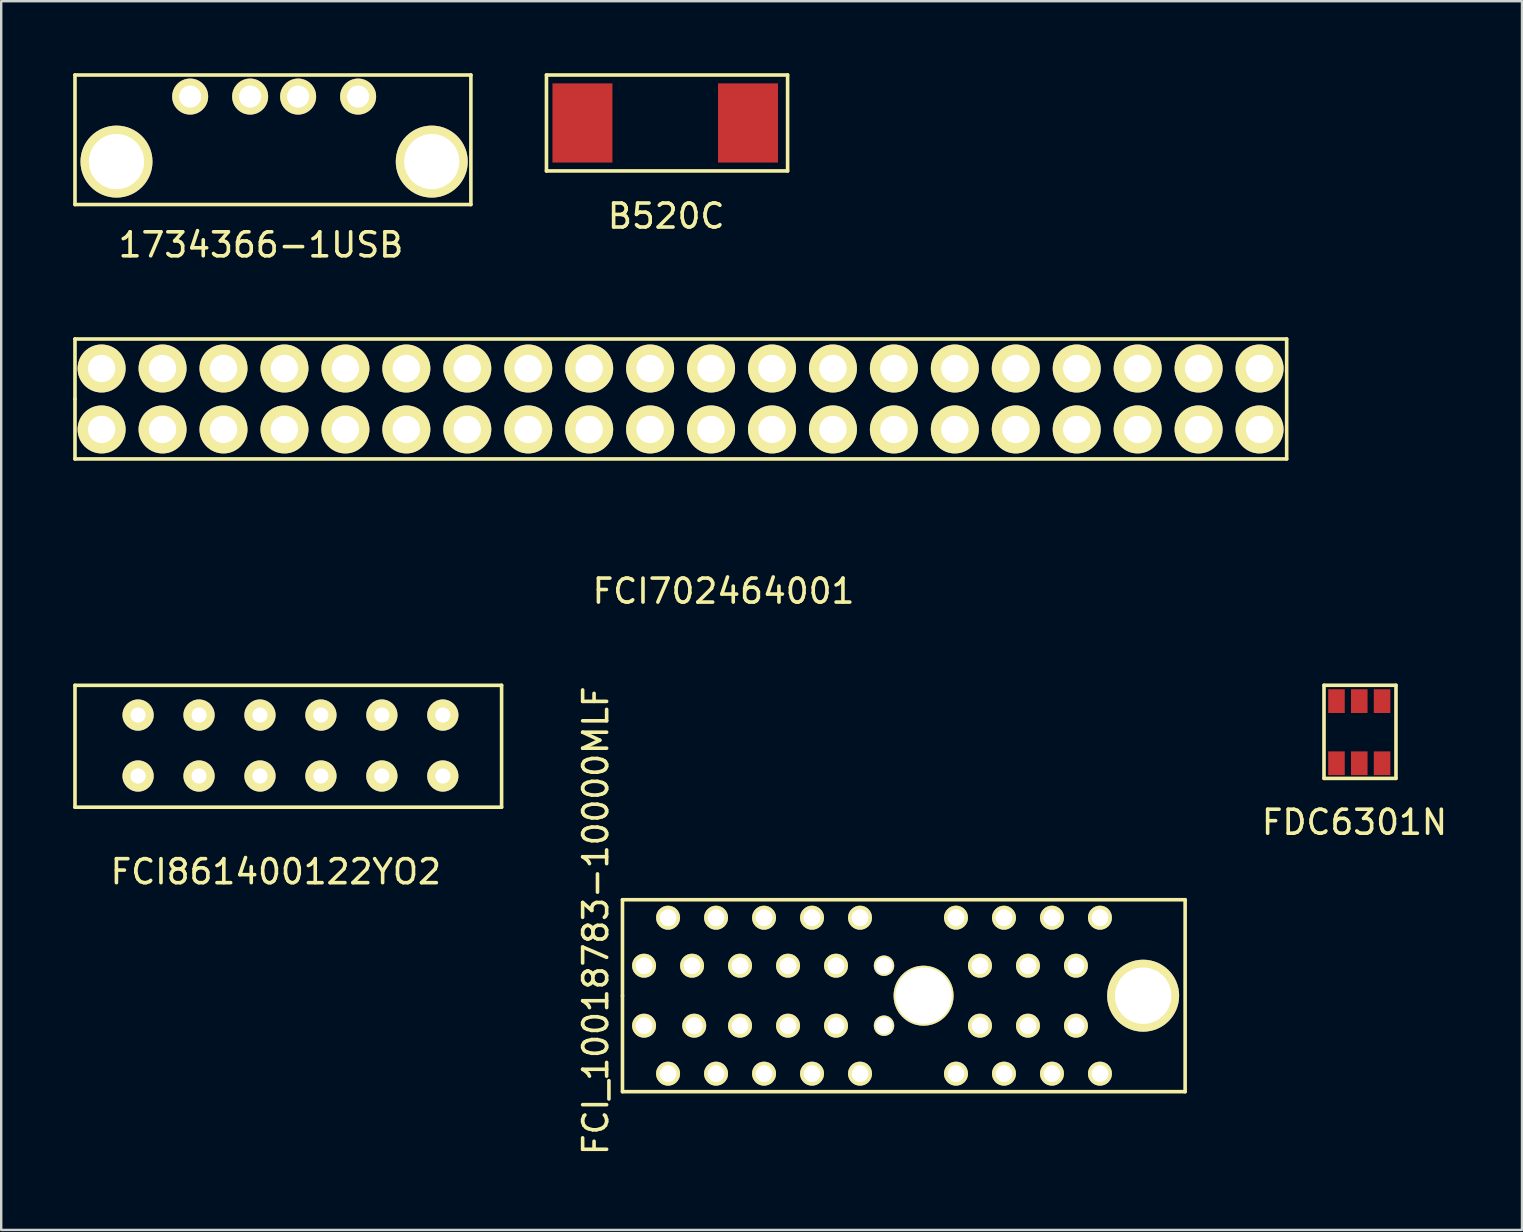
<source format=kicad_pcb>
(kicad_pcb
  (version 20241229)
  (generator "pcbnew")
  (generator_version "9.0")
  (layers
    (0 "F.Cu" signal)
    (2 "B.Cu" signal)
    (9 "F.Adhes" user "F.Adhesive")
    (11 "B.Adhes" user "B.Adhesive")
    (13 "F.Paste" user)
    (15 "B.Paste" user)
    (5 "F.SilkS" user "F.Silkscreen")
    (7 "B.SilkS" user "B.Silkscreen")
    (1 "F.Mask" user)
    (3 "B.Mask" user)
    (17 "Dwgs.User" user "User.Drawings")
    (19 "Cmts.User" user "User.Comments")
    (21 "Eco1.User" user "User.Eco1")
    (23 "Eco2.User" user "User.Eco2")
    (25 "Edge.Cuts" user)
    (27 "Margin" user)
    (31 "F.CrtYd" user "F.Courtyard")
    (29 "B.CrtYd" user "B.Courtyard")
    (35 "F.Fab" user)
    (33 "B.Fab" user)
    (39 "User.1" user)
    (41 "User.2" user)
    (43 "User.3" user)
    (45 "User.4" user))
  (footprint "FCI702464001"
    (layer "F.Cu")
    (at 25.375 13.578)
    (property "Reference" "FCI702464001" (at 1.73 8.01 0) (layer "F.SilkS") (effects (font (size 1 1) (thickness 0.15))))
    (attr through_hole)
    (fp_line (start -25.3 -2.5) (end 25.2 -2.5) (stroke (width 0.15) (type solid)) (layer "F.SilkS"))
    (fp_line (start -25.3 0) (end -25.3 -2.5) (stroke (width 0.15) (type solid)) (layer "F.SilkS"))
    (fp_line (start -25.3 0) (end -25.3 2.5) (stroke (width 0.15) (type solid)) (layer "F.SilkS"))
    (fp_line (start -25.3 2.5) (end 25.2 2.5) (stroke (width 0.15) (type solid)) (layer "F.SilkS"))
    (fp_line (start 25.2 2.5) (end 25.2 -2.5) (stroke (width 0.15) (type solid)) (layer "F.SilkS"))
    (pad "1" thru_hole circle (at -24.19 1.27) (size 2 2) (drill 1.14) (layers "*.Cu" "*.Mask" "F.SilkS"))
    (pad "2" thru_hole circle (at -21.65 1.27) (size 2 2) (drill 1.14) (layers "*.Cu" "*.Mask" "F.SilkS"))
    (pad "3" thru_hole circle (at -19.11 1.27) (size 2 2) (drill 1.14) (layers "*.Cu" "*.Mask" "F.SilkS"))
    (pad "4" thru_hole circle (at -16.57 1.27) (size 2 2) (drill 1.14) (layers "*.Cu" "*.Mask" "F.SilkS"))
    (pad "5" thru_hole circle (at -14.03 1.27) (size 2 2) (drill 1.14) (layers "*.Cu" "*.Mask" "F.SilkS"))
    (pad "6" thru_hole circle (at -11.49 1.27) (size 2 2) (drill 1.14) (layers "*.Cu" "*.Mask" "F.SilkS"))
    (pad "7" thru_hole circle (at -8.95 1.27) (size 2 2) (drill 1.14) (layers "*.Cu" "*.Mask" "F.SilkS"))
    (pad "8" thru_hole circle (at -6.41 1.27) (size 2 2) (drill 1.14) (layers "*.Cu" "*.Mask" "F.SilkS"))
    (pad "9" thru_hole circle (at -3.87 1.27) (size 2 2) (drill 1.14) (layers "*.Cu" "*.Mask" "F.SilkS"))
    (pad "10" thru_hole circle (at -1.33 1.27) (size 2 2) (drill 1.14) (layers "*.Cu" "*.Mask" "F.SilkS"))
    (pad "11" thru_hole circle (at 1.21 1.27) (size 2 2) (drill 1.14) (layers "*.Cu" "*.Mask" "F.SilkS"))
    (pad "12" thru_hole circle (at 3.75 1.27) (size 2 2) (drill 1.14) (layers "*.Cu" "*.Mask" "F.SilkS"))
    (pad "13" thru_hole circle (at 6.29 1.27) (size 2 2) (drill 1.14) (layers "*.Cu" "*.Mask" "F.SilkS"))
    (pad "14" thru_hole circle (at 8.83 1.27) (size 2 2) (drill 1.14) (layers "*.Cu" "*.Mask" "F.SilkS"))
    (pad "15" thru_hole circle (at 11.37 1.27) (size 2 2) (drill 1.14) (layers "*.Cu" "*.Mask" "F.SilkS"))
    (pad "16" thru_hole circle (at 13.91 1.27) (size 2 2) (drill 1.14) (layers "*.Cu" "*.Mask" "F.SilkS"))
    (pad "17" thru_hole circle (at 16.45 1.27) (size 2 2) (drill 1.14) (layers "*.Cu" "*.Mask" "F.SilkS"))
    (pad "18" thru_hole circle (at 18.99 1.27) (size 2 2) (drill 1.14) (layers "*.Cu" "*.Mask" "F.SilkS"))
    (pad "19" thru_hole circle (at 21.53 1.27) (size 2 2) (drill 1.14) (layers "*.Cu" "*.Mask" "F.SilkS"))
    (pad "20" thru_hole circle (at 24.07 1.27) (size 2 2) (drill 1.14) (layers "*.Cu" "*.Mask" "F.SilkS"))
    (pad "21" thru_hole circle (at -24.19 -1.27) (size 2 2) (drill 1.14) (layers "*.Cu" "*.Mask" "F.SilkS"))
    (pad "22" thru_hole circle (at -21.65 -1.27) (size 2 2) (drill 1.14) (layers "*.Cu" "*.Mask" "F.SilkS"))
    (pad "23" thru_hole circle (at -19.11 -1.27) (size 2 2) (drill 1.14) (layers "*.Cu" "*.Mask" "F.SilkS"))
    (pad "24" thru_hole circle (at -16.57 -1.27) (size 2 2) (drill 1.14) (layers "*.Cu" "*.Mask" "F.SilkS"))
    (pad "25" thru_hole circle (at -14.03 -1.27) (size 2 2) (drill 1.14) (layers "*.Cu" "*.Mask" "F.SilkS"))
    (pad "26" thru_hole circle (at -11.49 -1.27) (size 2 2) (drill 1.14) (layers "*.Cu" "*.Mask" "F.SilkS"))
    (pad "27" thru_hole circle (at -8.95 -1.27) (size 2 2) (drill 1.14) (layers "*.Cu" "*.Mask" "F.SilkS"))
    (pad "28" thru_hole circle (at -6.41 -1.27) (size 2 2) (drill 1.14) (layers "*.Cu" "*.Mask" "F.SilkS"))
    (pad "29" thru_hole circle (at -3.87 -1.27) (size 2 2) (drill 1.14) (layers "*.Cu" "*.Mask" "F.SilkS"))
    (pad "30" thru_hole circle (at -1.33 -1.27) (size 2 2) (drill 1.14) (layers "*.Cu" "*.Mask" "F.SilkS"))
    (pad "31" thru_hole circle (at 1.21 -1.27) (size 2 2) (drill 1.14) (layers "*.Cu" "*.Mask" "F.SilkS"))
    (pad "32" thru_hole circle (at 3.75 -1.27) (size 2 2) (drill 1.14) (layers "*.Cu" "*.Mask" "F.SilkS"))
    (pad "33" thru_hole circle (at 6.29 -1.27) (size 2 2) (drill 1.14) (layers "*.Cu" "*.Mask" "F.SilkS"))
    (pad "34" thru_hole circle (at 8.83 -1.27) (size 2 2) (drill 1.14) (layers "*.Cu" "*.Mask" "F.SilkS"))
    (pad "35" thru_hole circle (at 11.37 -1.27) (size 2 2) (drill 1.14) (layers "*.Cu" "*.Mask" "F.SilkS"))
    (pad "36" thru_hole circle (at 13.91 -1.27) (size 2 2) (drill 1.14) (layers "*.Cu" "*.Mask" "F.SilkS"))
    (pad "37" thru_hole circle (at 16.45 -1.27) (size 2 2) (drill 1.14) (layers "*.Cu" "*.Mask" "F.SilkS"))
    (pad "38" thru_hole circle (at 18.99 -1.27) (size 2 2) (drill 1.14) (layers "*.Cu" "*.Mask" "F.SilkS"))
    (pad "39" thru_hole circle (at 21.53 -1.27) (size 2 2) (drill 1.14) (layers "*.Cu" "*.Mask" "F.SilkS"))
    (pad "40" thru_hole circle (at 24.07 -1.27) (size 2 2) (drill 1.14) (layers "*.Cu" "*.Mask" "F.SilkS")))
  (footprint "FDC6301N"
    (layer "F.Cu")
    (at 53.631 27.491)
    (property "Reference" "FDC6301N" (at -0.23 3.73 0) (layer "F.SilkS") (effects (font (size 1 1) (thickness 0.15))))
    (attr through_hole)
    (fp_line (start -1.5 -1.98) (end 1.5 -1.98) (stroke (width 0.15) (type solid)) (layer "F.SilkS"))
    (fp_line (start -1.5 1.9) (end -1.5 -1.98) (stroke (width 0.15) (type solid)) (layer "F.SilkS"))
    (fp_line (start 1.5 -1.98) (end 1.5 1.9) (stroke (width 0.15) (type solid)) (layer "F.SilkS"))
    (fp_line (start 1.5 1.9) (end -1.5 1.9) (stroke (width 0.15) (type solid)) (layer "F.SilkS"))
    (pad "1" smd rect (at -0.98 -1.32) (size 0.69 0.99) (layers "F.Cu" "F.Mask" "F.Paste"))
    (pad "2" smd rect (at -0.03 -1.32) (size 0.69 0.99) (layers "F.Cu" "F.Mask" "F.Paste"))
    (pad "3" smd rect (at 0.92 -1.32) (size 0.69 0.99) (layers "F.Cu" "F.Mask" "F.Paste"))
    (pad "4" smd rect (at -0.98 1.27) (size 0.69 0.99) (layers "F.Cu" "F.Mask" "F.Paste"))
    (pad "5" smd rect (at -0.03 1.27) (size 0.69 0.99) (layers "F.Cu" "F.Mask" "F.Paste"))
    (pad "6" smd rect (at 0.92 1.27) (size 0.69 0.99) (layers "F.Cu" "F.Mask" "F.Paste")))
  (footprint "FCI_10018783-10000MLF"
    (layer "F.Cu")
    (at 35.443 38.448)
    (property "Reference" "FCI_10018783-10000MLF" (at -13.665 -3.124 90) (layer "F.SilkS") (effects (font (size 1 1) (thickness 0.15))))
    (attr through_hole)
    (fp_line (start -12.55 -4) (end 10.9 -4) (stroke (width 0.15) (type solid)) (layer "F.SilkS"))
    (fp_line (start -12.55 0) (end -12.55 -4) (stroke (width 0.15) (type solid)) (layer "F.SilkS"))
    (fp_line (start -12.55 4) (end -12.55 0) (stroke (width 0.15) (type solid)) (layer "F.SilkS"))
    (fp_line (start 10.9 -4) (end 10.9 4) (stroke (width 0.15) (type solid)) (layer "F.SilkS"))
    (fp_line (start 10.9 4) (end -12.55 4) (stroke (width 0.15) (type solid)) (layer "F.SilkS"))
    (pad "" np_thru_hole circle (at 0 0) (size 2.5 2.5) (drill 2.35) (layers "*.Cu" "*.Mask" "F.SilkS"))
    (pad "" np_thru_hole circle (at 9.15 0) (size 3 3) (drill 2.35) (layers "*.Cu" "*.Mask" "F.SilkS"))
    (pad "1" thru_hole circle (at -11.65 1.25) (size 1 1) (drill 0.7) (layers "*.Cu" "*.Mask" "F.SilkS"))
    (pad "2" thru_hole circle (at -11.65 -1.25) (size 1 1) (drill 0.7) (layers "*.Cu" "*.Mask" "F.SilkS"))
    (pad "3" thru_hole circle (at -10.65 3.25) (size 1 1) (drill 0.7) (layers "*.Cu" "*.Mask" "F.SilkS"))
    (pad "4" thru_hole circle (at -10.65 -3.25) (size 1 1) (drill 0.7) (layers "*.Cu" "*.Mask" "F.SilkS"))
    (pad "5" thru_hole circle (at -9.56 1.25) (size 1 1) (drill 0.7) (layers "*.Cu" "*.Mask" "F.SilkS"))
    (pad "6" thru_hole circle (at -9.65 -1.25) (size 1 1) (drill 0.7) (layers "*.Cu" "*.Mask" "F.SilkS"))
    (pad "7" thru_hole circle (at -8.65 3.25) (size 1 1) (drill 0.7) (layers "*.Cu" "*.Mask" "F.SilkS"))
    (pad "8" thru_hole circle (at -8.65 -3.25) (size 1 1) (drill 0.7) (layers "*.Cu" "*.Mask" "F.SilkS"))
    (pad "9" thru_hole circle (at -7.65 1.25) (size 1 1) (drill 0.7) (layers "*.Cu" "*.Mask" "F.SilkS"))
    (pad "10" thru_hole circle (at -7.65 -1.25) (size 1 1) (drill 0.7) (layers "*.Cu" "*.Mask" "F.SilkS"))
    (pad "11" thru_hole circle (at -6.65 3.25) (size 1 1) (drill 0.7) (layers "*.Cu" "*.Mask" "F.SilkS"))
    (pad "12" thru_hole circle (at -6.65 -3.25) (size 1 1) (drill 0.7) (layers "*.Cu" "*.Mask" "F.SilkS"))
    (pad "13" thru_hole circle (at -5.65 1.25) (size 1 1) (drill 0.7) (layers "*.Cu" "*.Mask" "F.SilkS"))
    (pad "14" thru_hole circle (at -5.65 -1.25) (size 1 1) (drill 0.7) (layers "*.Cu" "*.Mask" "F.SilkS"))
    (pad "15" thru_hole circle (at -4.65 3.25) (size 1 1) (drill 0.7) (layers "*.Cu" "*.Mask" "F.SilkS"))
    (pad "16" thru_hole circle (at -4.65 -3.25) (size 1 1) (drill 0.7) (layers "*.Cu" "*.Mask" "F.SilkS"))
    (pad "17" thru_hole circle (at -3.65 1.25) (size 1 1) (drill 0.7) (layers "*.Cu" "*.Mask" "F.SilkS"))
    (pad "18" thru_hole circle (at -3.65 -1.25) (size 1 1) (drill 0.7) (layers "*.Cu" "*.Mask" "F.SilkS"))
    (pad "19" thru_hole circle (at -2.65 3.25) (size 1 1) (drill 0.7) (layers "*.Cu" "*.Mask" "F.SilkS"))
    (pad "20" thru_hole circle (at -2.65 -3.25) (size 1 1) (drill 0.7) (layers "*.Cu" "*.Mask" "F.SilkS"))
    (pad "21" thru_hole circle (at -1.65 1.25) (size 0.85 0.85) (drill 0.7) (layers "*.Cu" "*.Mask" "F.SilkS"))
    (pad "22" thru_hole circle (at -1.65 -1.25) (size 0.85 0.85) (drill 0.7) (layers "*.Cu" "*.Mask" "F.SilkS"))
    (pad "23" thru_hole circle (at 1.35 3.25) (size 1 1) (drill 0.7) (layers "*.Cu" "*.Mask" "F.SilkS"))
    (pad "24" thru_hole circle (at 1.35 -3.252) (size 1 1) (drill 0.7) (layers "*.Cu" "*.Mask" "F.SilkS"))
    (pad "25" thru_hole circle (at 2.35 1.25) (size 1 1) (drill 0.7) (layers "*.Cu" "*.Mask" "F.SilkS"))
    (pad "26" thru_hole circle (at 2.35 -1.25) (size 1 1) (drill 0.7) (layers "*.Cu" "*.Mask" "F.SilkS"))
    (pad "27" thru_hole circle (at 3.35 3.25) (size 1 1) (drill 0.7) (layers "*.Cu" "*.Mask" "F.SilkS"))
    (pad "28" thru_hole circle (at 3.35 -3.25) (size 1 1) (drill 0.7) (layers "*.Cu" "*.Mask" "F.SilkS"))
    (pad "29" thru_hole circle (at 4.35 1.25) (size 1 1) (drill 0.7) (layers "*.Cu" "*.Mask" "F.SilkS"))
    (pad "30" thru_hole circle (at 4.35 -1.25) (size 1 1) (drill 0.7) (layers "*.Cu" "*.Mask" "F.SilkS"))
    (pad "31" thru_hole circle (at 5.35 3.25) (size 1 1) (drill 0.7) (layers "*.Cu" "*.Mask" "F.SilkS"))
    (pad "32" thru_hole circle (at 5.35 -3.25) (size 1 1) (drill 0.7) (layers "*.Cu" "*.Mask" "F.SilkS"))
    (pad "33" thru_hole circle (at 6.35 1.25) (size 1 1) (drill 0.7) (layers "*.Cu" "*.Mask" "F.SilkS"))
    (pad "34" thru_hole circle (at 6.35 -1.25) (size 1 1) (drill 0.7) (layers "*.Cu" "*.Mask" "F.SilkS"))
    (pad "35" thru_hole circle (at 7.35 3.25) (size 1 1) (drill 0.7) (layers "*.Cu" "*.Mask" "F.SilkS"))
    (pad "36" thru_hole circle (at 7.35 -3.25) (size 1 1) (drill 0.7) (layers "*.Cu" "*.Mask" "F.SilkS")))
  (footprint "1734366-1USB"
    (layer "F.Cu")
    (at 8.875 2.015)
    (property "Reference" "1734366-1USB" (at -1.05 5.14 0) (layer "F.SilkS") (effects (font (size 1 1) (thickness 0.15))))
    (attr through_hole)
    (fp_line (start -8.8 -1.94) (end -8.8 3.46) (stroke (width 0.15) (type solid)) (layer "F.SilkS"))
    (fp_line (start -8.8 3.46) (end 7.7 3.46) (stroke (width 0.15) (type solid)) (layer "F.SilkS"))
    (fp_line (start 7.7 -1.94) (end -8.8 -1.94) (stroke (width 0.15) (type solid)) (layer "F.SilkS"))
    (fp_line (start 7.7 3.46) (end 7.7 -1.94) (stroke (width 0.15) (type solid)) (layer "F.SilkS"))
    (pad "" np_thru_hole circle (at -7.07 1.67) (size 3 3) (drill 2.3) (layers "*.Cu" "*.Mask" "F.SilkS"))
    (pad "" np_thru_hole circle (at 6.07 1.67) (size 3 3) (drill 2.3) (layers "*.Cu" "*.Mask" "F.SilkS"))
    (pad "1" thru_hole circle (at -4 -1.04) (size 1.5 1.5) (drill 0.92) (layers "*.Cu" "*.Mask" "F.SilkS"))
    (pad "2" thru_hole circle (at -1.5 -1.04) (size 1.5 1.5) (drill 0.92) (layers "*.Cu" "*.Mask" "F.SilkS"))
    (pad "3" thru_hole circle (at 0.5 -1.04) (size 1.5 1.5) (drill 0.92) (layers "*.Cu" "*.Mask" "F.SilkS"))
    (pad "4" thru_hole circle (at 3 -1.04) (size 1.5 1.5) (drill 0.92) (layers "*.Cu" "*.Mask" "F.SilkS")))
  (footprint "FCI861400122YO2"
    (layer "F.Cu")
    (at 2.615 28.052)
    (property "Reference" "FCI861400122YO2" (at 5.83 5.23 0) (layer "F.SilkS") (effects (font (size 1 1) (thickness 0.15))))
    (attr through_hole)
    (fp_line (start -2.54 -2.54) (end -2.54 2.54) (stroke (width 0.15) (type solid)) (layer "F.SilkS"))
    (fp_line (start -2.54 -2.54) (end 15.24 -2.54) (stroke (width 0.15) (type solid)) (layer "F.SilkS"))
    (fp_line (start -2.54 2.54) (end 15.24 2.54) (stroke (width 0.15) (type solid)) (layer "F.SilkS"))
    (fp_line (start 15.24 2.54) (end 15.24 -2.54) (stroke (width 0.15) (type solid)) (layer "F.SilkS"))
    (pad "1" thru_hole circle (at 0.09 1.24) (size 1.3 1.3) (drill 0.63) (layers "*.Cu" "*.Mask" "F.SilkS"))
    (pad "2" thru_hole circle (at 2.63 1.24) (size 1.3 1.3) (drill 0.63) (layers "*.Cu" "*.Mask" "F.SilkS"))
    (pad "3" thru_hole circle (at 5.17 1.24) (size 1.3 1.3) (drill 0.63) (layers "*.Cu" "*.Mask" "F.SilkS"))
    (pad "4" thru_hole circle (at 7.71 1.24) (size 1.3 1.3) (drill 0.63) (layers "*.Cu" "*.Mask" "F.SilkS"))
    (pad "5" thru_hole circle (at 10.25 1.24) (size 1.3 1.3) (drill 0.63) (layers "*.Cu" "*.Mask" "F.SilkS"))
    (pad "6" thru_hole circle (at 12.79 1.24) (size 1.3 1.3) (drill 0.63) (layers "*.Cu" "*.Mask" "F.SilkS"))
    (pad "7" thru_hole circle (at 0.09 -1.3) (size 1.3 1.3) (drill 0.63) (layers "*.Cu" "*.Mask" "F.SilkS"))
    (pad "8" thru_hole circle (at 2.63 -1.3) (size 1.3 1.3) (drill 0.63) (layers "*.Cu" "*.Mask" "F.SilkS"))
    (pad "9" thru_hole circle (at 5.17 -1.3) (size 1.3 1.3) (drill 0.63) (layers "*.Cu" "*.Mask" "F.SilkS"))
    (pad "10" thru_hole circle (at 7.71 -1.3) (size 1.3 1.3) (drill 0.63) (layers "*.Cu" "*.Mask" "F.SilkS"))
    (pad "11" thru_hole circle (at 10.25 -1.3) (size 1.3 1.3) (drill 0.63) (layers "*.Cu" "*.Mask" "F.SilkS"))
    (pad "12" thru_hole circle (at 12.79 -1.3) (size 1.3 1.3) (drill 0.63) (layers "*.Cu" "*.Mask" "F.SilkS")))
  (footprint "B520C"
    (layer "F.Cu")
    (at 21.225 2.075)
    (property "Reference" "B520C" (at 3.49 3.88 0) (layer "F.SilkS") (effects (font (size 1 1) (thickness 0.15))))
    (attr through_hole)
    (fp_line (start -1.5 -2) (end 8.55 -2) (stroke (width 0.15) (type solid)) (layer "F.SilkS"))
    (fp_line (start -1.5 2) (end -1.5 -2) (stroke (width 0.15) (type solid)) (layer "F.SilkS"))
    (fp_line (start 8.55 -2) (end 8.55 2) (stroke (width 0.15) (type solid)) (layer "F.SilkS"))
    (fp_line (start 8.55 2) (end -1.5 2) (stroke (width 0.15) (type solid)) (layer "F.SilkS"))
    (pad "1" smd rect (at 0 0) (size 2.5 3.3) (layers "F.Cu" "F.Mask" "F.Paste"))
    (pad "2" smd rect (at 6.9 0) (size 2.5 3.3) (layers "F.Cu" "F.Mask" "F.Paste")))
  (gr_rect
    (start -3 -3)
    (end 60.383 48.21)
    (stroke (width 0.1) (type default))
    (fill no)
    (layer "Edge.Cuts")))
</source>
